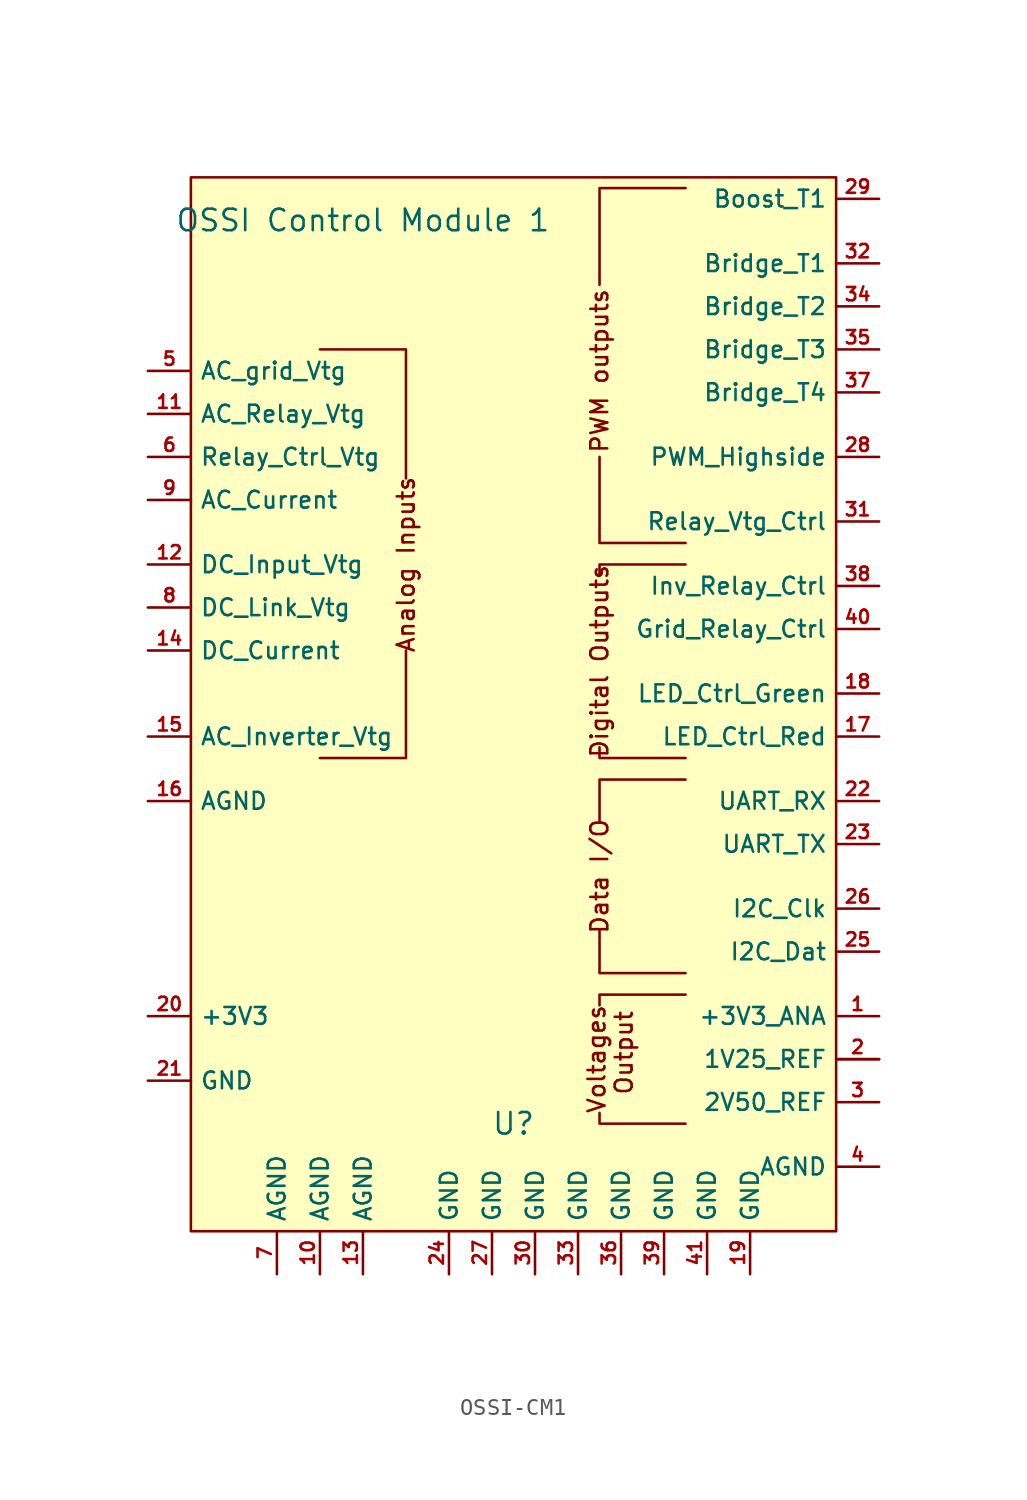
<source format=kicad_sym>
(kicad_symbol_lib
  (version 20220914)
  (generator kicad_symbol_editor)
  (symbol "OSSI-CM1"
    (property "Reference" "U"
      (at 0 -31.75 0)
      (effects (font (size 1.27 1.27))))
    (property "Value" "OSSI Control Module 1"
      (at -8.89 21.59 0)
      (effects (font (size 1.27 1.27))))
    (symbol "OSSI-CM1_1_0"
      (pin power_out line (at 21.59 -27.94 180) (length 2.54) (name "" (effects (font (size 0.991 0.991)))) (number "" (effects (font (size 0.787 0.787)))))
      (pin power_out line (at -11.43 -40.64 90) (length 2.54) (name "AGND" (effects (font (size 0.991 0.991)))) (number "10" (effects (font (size 0.787 0.787)))))
      (pin input line (at -21.59 10.16 0) (length 2.54) (name "AC_Relay_Vtg" (effects (font (size 0.991 0.991)))) (number "11" (effects (font (size 0.787 0.787)))))
      (pin input line (at -21.59 1.27 0) (length 2.54) (name "DC_Input_Vtg" (effects (font (size 0.991 0.991)))) (number "12" (effects (font (size 0.787 0.787)))))
      (pin power_out line (at -8.89 -40.64 90) (length 2.54) (name "AGND" (effects (font (size 0.991 0.991)))) (number "13" (effects (font (size 0.787 0.787)))))
      (pin input line (at -21.59 -3.81 0) (length 2.54) (name "DC_Current" (effects (font (size 0.991 0.991)))) (number "14" (effects (font (size 0.787 0.787)))))
      (pin input line (at -21.59 -8.89 0) (length 2.54) (name "AC_Inverter_Vtg" (effects (font (size 0.991 0.991)))) (number "15" (effects (font (size 0.787 0.787)))))
      (pin power_out line (at -21.59 -12.7 0) (length 2.54) (name "AGND" (effects (font (size 0.991 0.991)))) (number "16" (effects (font (size 0.787 0.787)))))
      (pin output line (at 21.59 -8.89 180) (length 2.54) (name "LED_Ctrl_Red" (effects (font (size 0.991 0.991)))) (number "17" (effects (font (size 0.787 0.787)))))
      (pin output line (at 21.59 -6.35 180) (length 2.54) (name "LED_Ctrl_Green" (effects (font (size 0.991 0.991)))) (number "18" (effects (font (size 0.787 0.787)))))
      (pin power_in line (at 13.97 -40.64 90) (length 2.54) (name "GND" (effects (font (size 0.991 0.991)))) (number "19" (effects (font (size 0.787 0.787)))))
      (pin power_out line (at 21.59 -27.94 180) (length 2.54) (name "1V25_REF" (effects (font (size 0.991 0.991)))) (number "2" (effects (font (size 0.787 0.787)))))
      (pin power_in line (at -21.59 -25.4 0) (length 2.54) (name "+3V3" (effects (font (size 0.991 0.991)))) (number "20" (effects (font (size 0.787 0.787)))))
      (pin power_in line (at -21.59 -29.21 0) (length 2.54) (name "GND" (effects (font (size 0.991 0.991)))) (number "21" (effects (font (size 0.787 0.787)))))
      (pin input line (at 21.59 -12.7 180) (length 2.54) (name "UART_RX" (effects (font (size 0.991 0.991)))) (number "22" (effects (font (size 0.787 0.787)))))
      (pin output line (at 21.59 -15.24 180) (length 2.54) (name "UART_TX" (effects (font (size 0.991 0.991)))) (number "23" (effects (font (size 0.787 0.787)))))
      (pin power_in line (at -3.81 -40.64 90) (length 2.54) (name "GND" (effects (font (size 0.991 0.991)))) (number "24" (effects (font (size 0.787 0.787)))))
      (pin bidirectional line (at 21.59 -21.59 180) (length 2.54) (name "I2C_Dat" (effects (font (size 0.991 0.991)))) (number "25" (effects (font (size 0.787 0.787)))))
      (pin output line (at 21.59 -19.05 180) (length 2.54) (name "I2C_Clk" (effects (font (size 0.991 0.991)))) (number "26" (effects (font (size 0.787 0.787)))))
      (pin power_in line (at -1.27 -40.64 90) (length 2.54) (name "GND" (effects (font (size 0.991 0.991)))) (number "27" (effects (font (size 0.787 0.787)))))
      (pin output line (at 21.59 7.62 180) (length 2.54) (name "PWM_Highside" (effects (font (size 0.991 0.991)))) (number "28" (effects (font (size 0.787 0.787)))))
      (pin output line (at 21.59 22.86 180) (length 2.54) (name "Boost_T1" (effects (font (size 0.991 0.991)))) (number "29" (effects (font (size 0.787 0.787)))))
      (pin power_out line (at 21.59 -30.48 180) (length 2.54) (name "2V50_REF" (effects (font (size 0.991 0.991)))) (number "3" (effects (font (size 0.787 0.787)))))
      (pin power_in line (at 1.27 -40.64 90) (length 2.54) (name "GND" (effects (font (size 0.991 0.991)))) (number "30" (effects (font (size 0.787 0.787)))))
      (pin output line (at 21.59 3.81 180) (length 2.54) (name "Relay_Vtg_Ctrl" (effects (font (size 0.991 0.991)))) (number "31" (effects (font (size 0.787 0.787)))))
      (pin output line (at 21.59 19.05 180) (length 2.54) (name "Bridge_T1" (effects (font (size 0.991 0.991)))) (number "32" (effects (font (size 0.787 0.787)))))
      (pin power_in line (at 3.81 -40.64 90) (length 2.54) (name "GND" (effects (font (size 0.991 0.991)))) (number "33" (effects (font (size 0.787 0.787)))))
      (pin output line (at 21.59 16.51 180) (length 2.54) (name "Bridge_T2" (effects (font (size 0.991 0.991)))) (number "34" (effects (font (size 0.787 0.787)))))
      (pin output line (at 21.59 13.97 180) (length 2.54) (name "Bridge_T3" (effects (font (size 0.991 0.991)))) (number "35" (effects (font (size 0.787 0.787)))))
      (pin power_in line (at 6.35 -40.64 90) (length 2.54) (name "GND" (effects (font (size 0.991 0.991)))) (number "36" (effects (font (size 0.787 0.787)))))
      (pin output line (at 21.59 11.43 180) (length 2.54) (name "Bridge_T4" (effects (font (size 0.991 0.991)))) (number "37" (effects (font (size 0.787 0.787)))))
      (pin output line (at 21.59 0 180) (length 2.54) (name "Inv_Relay_Ctrl" (effects (font (size 0.991 0.991)))) (number "38" (effects (font (size 0.787 0.787)))))
      (pin power_in line (at 8.89 -40.64 90) (length 2.54) (name "GND" (effects (font (size 0.991 0.991)))) (number "39" (effects (font (size 0.787 0.787)))))
      (pin power_out line (at 21.59 -34.29 180) (length 2.54) (name "AGND" (effects (font (size 0.991 0.991)))) (number "4" (effects (font (size 0.787 0.787)))))
      (pin output line (at 21.59 -2.54 180) (length 2.54) (name "Grid_Relay_Ctrl" (effects (font (size 0.991 0.991)))) (number "40" (effects (font (size 0.787 0.787)))))
      (pin power_out line (at 11.43 -40.64 90) (length 2.54) (name "GND" (effects (font (size 0.991 0.991)))) (number "41" (effects (font (size 0.787 0.787)))))
      (pin input line (at -21.59 12.7 0) (length 2.54) (name "AC_grid_Vtg" (effects (font (size 0.991 0.991)))) (number "5" (effects (font (size 0.787 0.787)))))
      (pin input line (at -21.59 7.62 0) (length 2.54) (name "Relay_Ctrl_Vtg" (effects (font (size 0.991 0.991)))) (number "6" (effects (font (size 0.787 0.787)))))
      (pin power_out line (at -13.97 -40.64 90) (length 2.54) (name "AGND" (effects (font (size 0.991 0.991)))) (number "7" (effects (font (size 0.787 0.787)))))
      (pin input line (at -21.59 -1.27 0) (length 2.54) (name "DC_Link_Vtg" (effects (font (size 0.991 0.991)))) (number "8" (effects (font (size 0.787 0.787)))))
      (pin input line (at -21.59 5.08 0) (length 2.54) (name "AC_Current" (effects (font (size 0.991 0.991)))) (number "9" (effects (font (size 0.787 0.787))))))
    (symbol "OSSI-CM1_1_1"
      (rectangle (start -19.05 24.13) (end 19.05 -38.1) (stroke (width 0) (type default)) (fill (type background)))
      (polyline (pts (xy -11.43 13.97) (xy -6.35 13.97) (xy -6.35 6.35)) (stroke (width 0) (type default)) (fill (type none)))
      (polyline (pts (xy -6.35 -3.81) (xy -6.35 -10.16) (xy -11.43 -10.16)) (stroke (width 0) (type default)) (fill (type none)))
      (polyline (pts (xy 10.16 -31.75) (xy 5.08 -31.75) (xy 5.08 -31.115)) (stroke (width 0) (type default)) (fill (type none)))
      (polyline (pts (xy 10.16 -24.13) (xy 5.08 -24.13) (xy 5.08 -24.765)) (stroke (width 0) (type default)) (fill (type none)))
      (polyline (pts (xy 10.16 -22.86) (xy 5.08 -22.86) (xy 5.08 -20.32)) (stroke (width 0) (type default)) (fill (type none)))
      (polyline (pts (xy 10.16 -11.43) (xy 5.08 -11.43) (xy 5.08 -13.97)) (stroke (width 0) (type default)) (fill (type none)))
      (polyline (pts (xy 10.16 -10.16) (xy 5.08 -10.16) (xy 5.08 -9.525)) (stroke (width 0) (type default)) (fill (type none)))
      (polyline (pts (xy 10.16 1.27) (xy 5.08 1.27) (xy 5.08 0.635)) (stroke (width 0) (type default)) (fill (type none)))
      (polyline (pts (xy 10.16 2.54) (xy 5.08 2.54) (xy 5.08 7.62)) (stroke (width 0) (type default)) (fill (type none)))
      (polyline (pts (xy 10.16 23.495) (xy 5.08 23.495) (xy 5.08 17.78)) (stroke (width 0) (type default)) (fill (type none)))
      (text "Analog Inputs" (at -6.35 1.27 900) (effects (font (size 1 1))))
      (text "Data I/O" (at 5.08 -17.145 900) (effects (font (size 1 1))))
      (text "Digital Outputs" (at 5.08 -4.445 900) (effects (font (size 1 1))))
      (text "PWM outputs" (at 5.08 12.7 900) (effects (font (size 1 1))))
      (text "Voltages\n Output" (at 5.715 -27.94 900) (effects (font (size 1 1))))
      (pin power_out line (at 21.59 -25.4 180) (length 2.54) (name "+3V3_ANA" (effects (font (size 0.991 0.991)))) (number "1" (effects (font (size 0.787 0.787))))))))
</source>
